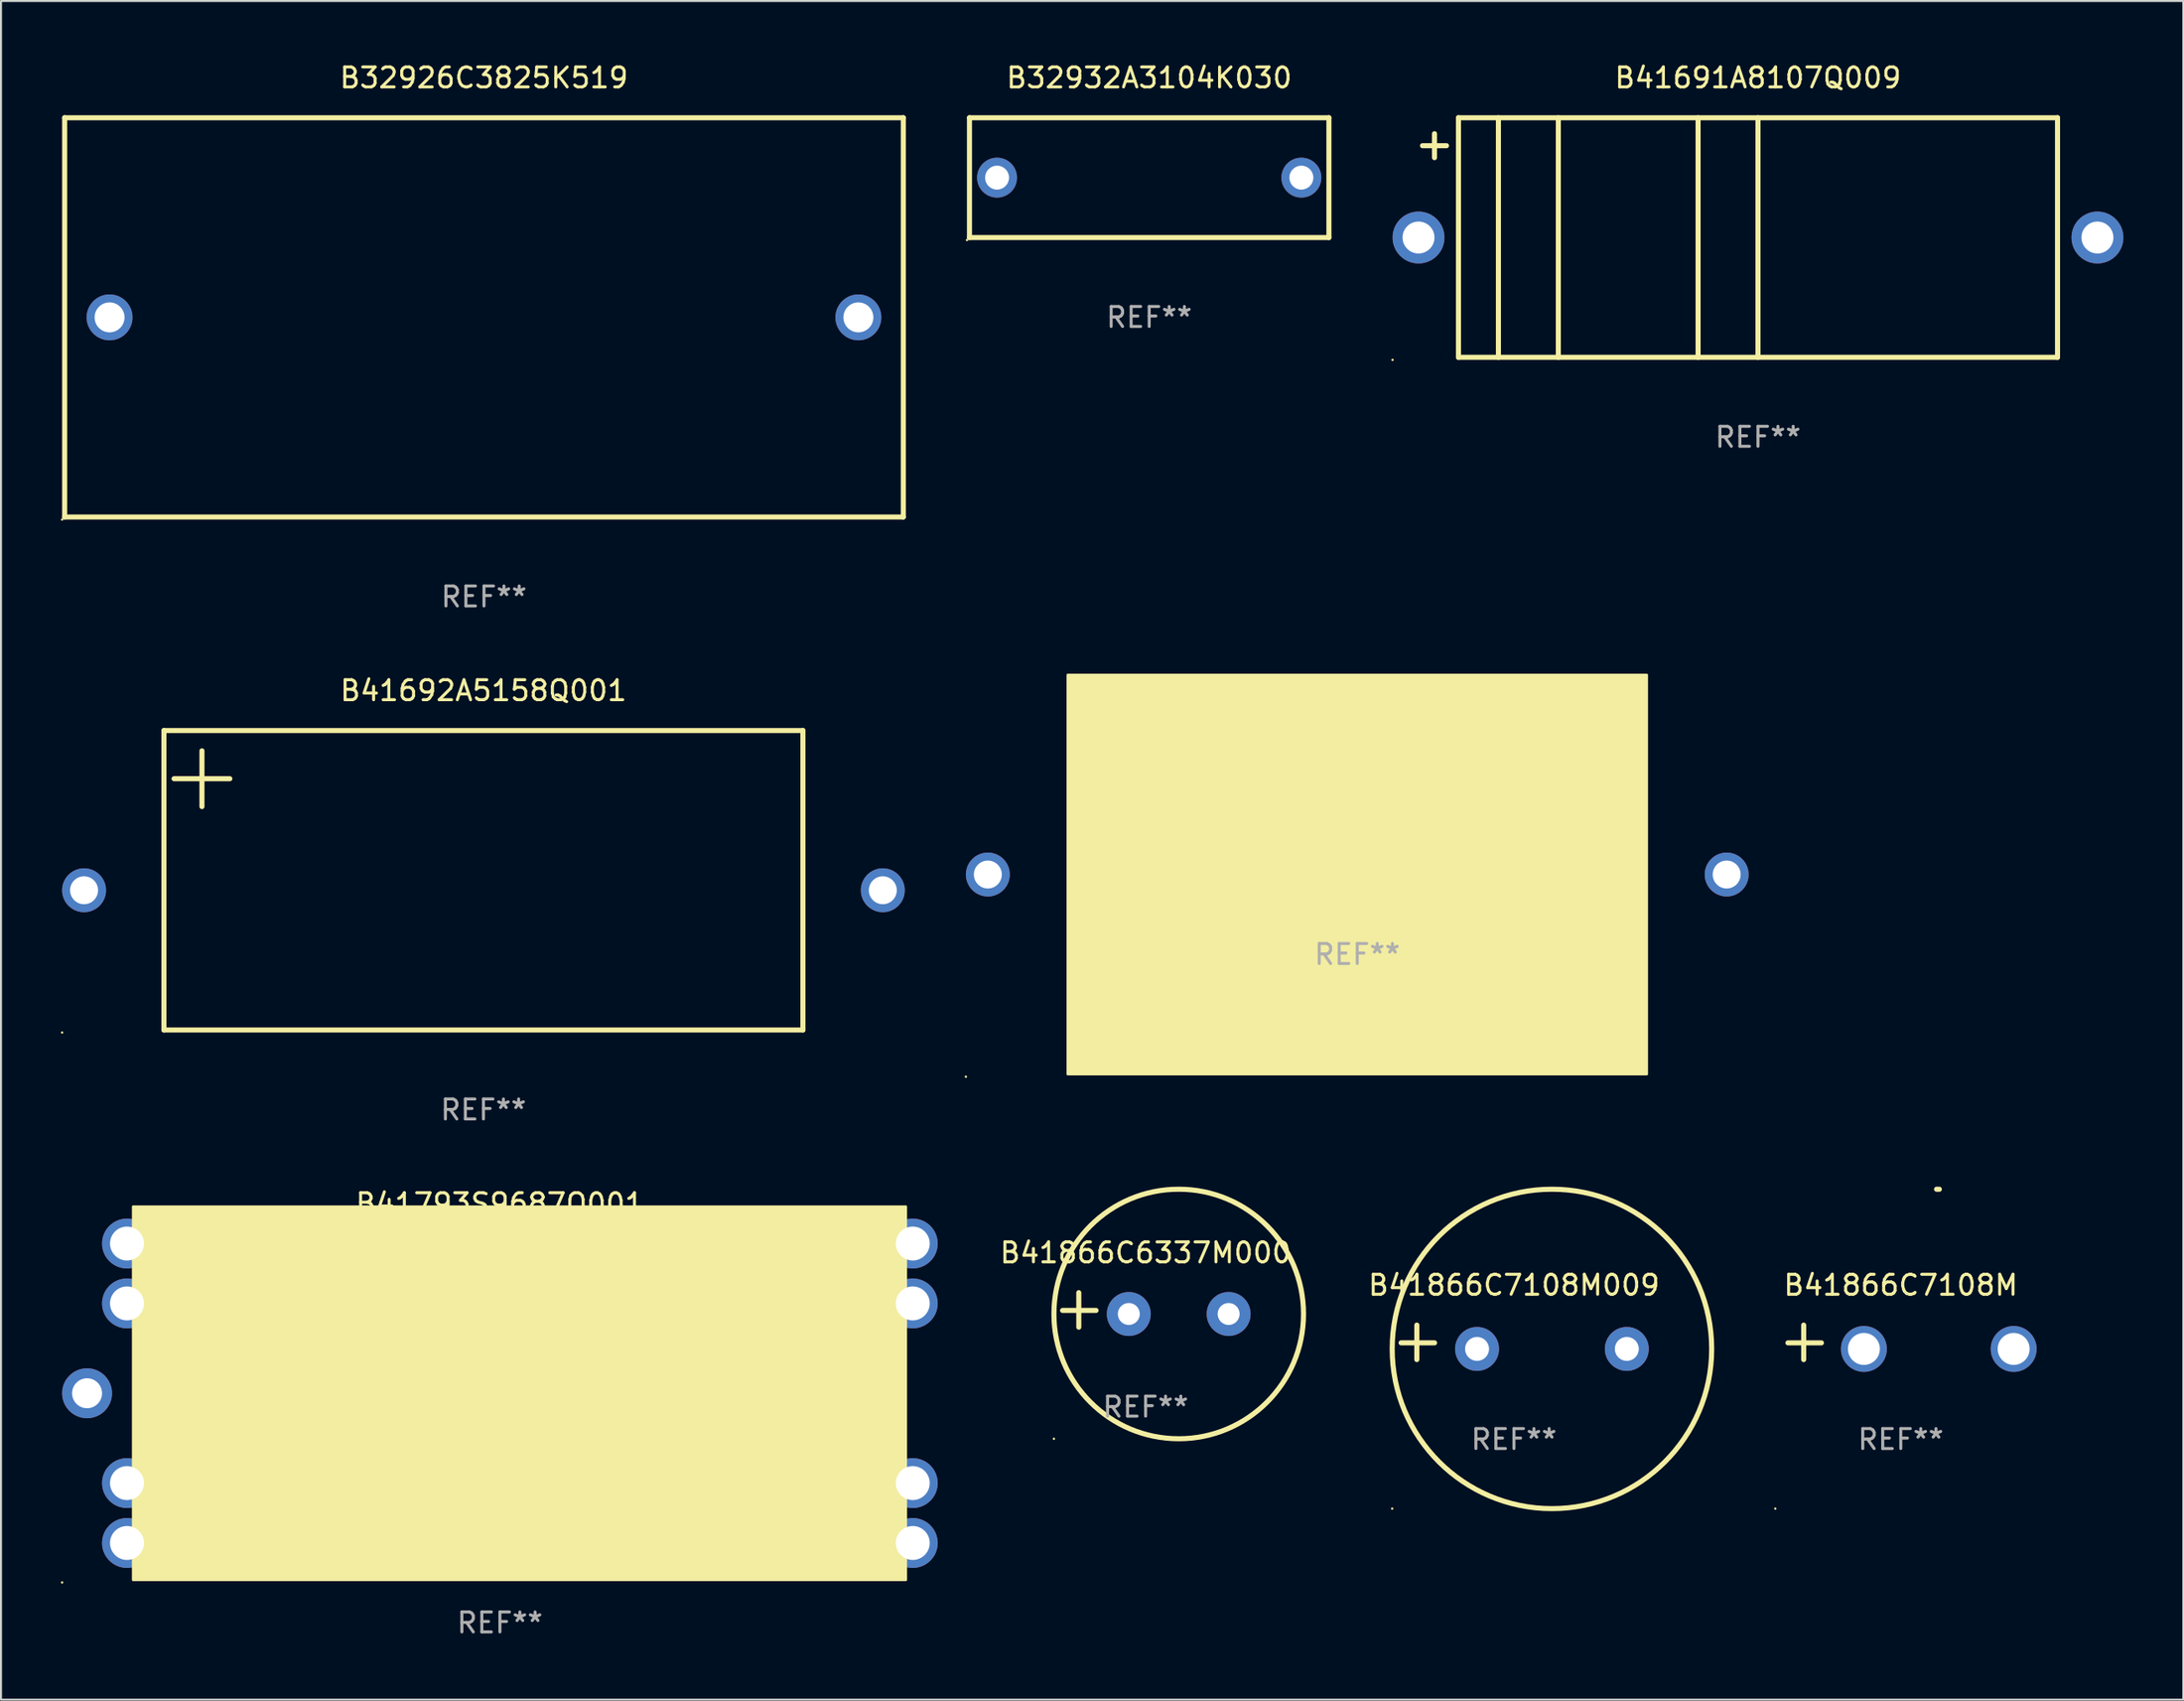
<source format=kicad_pcb>
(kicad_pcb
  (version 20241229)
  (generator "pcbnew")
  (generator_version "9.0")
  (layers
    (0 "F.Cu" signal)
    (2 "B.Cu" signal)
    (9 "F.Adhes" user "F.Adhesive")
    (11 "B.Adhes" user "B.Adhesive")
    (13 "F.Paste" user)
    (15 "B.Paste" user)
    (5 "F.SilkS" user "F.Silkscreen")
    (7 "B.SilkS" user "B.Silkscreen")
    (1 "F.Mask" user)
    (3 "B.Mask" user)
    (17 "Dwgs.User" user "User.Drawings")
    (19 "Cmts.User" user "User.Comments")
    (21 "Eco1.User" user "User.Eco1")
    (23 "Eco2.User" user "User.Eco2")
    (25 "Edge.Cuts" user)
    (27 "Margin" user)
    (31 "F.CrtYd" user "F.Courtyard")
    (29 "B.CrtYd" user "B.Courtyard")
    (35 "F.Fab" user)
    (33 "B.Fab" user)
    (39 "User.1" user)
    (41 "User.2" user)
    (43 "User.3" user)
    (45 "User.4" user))
  (footprint "B41691A8107Q009"
    (layer "F.Cu")
    (at 84.988 8.849)
    (property "Reference" "B41691A8107Q009" (at 0 -8.001 0) (layer "F.SilkS") (effects (font (size 1 1) (thickness 0.15))))
    (attr through_hole)
    (fp_line (start -16.8 -4.601) (end -15.6 -4.601) (stroke (width 0.254) (type solid)) (layer "F.SilkS"))
    (fp_line (start -16.2 -5.201) (end -16.2 -4.001) (stroke (width 0.254) (type solid)) (layer "F.SilkS"))
    (fp_line (start -15 -6.001) (end 15 -6.001) (stroke (width 0.254) (type solid)) (layer "F.SilkS"))
    (fp_line (start -15 5.999) (end -15 -6.001) (stroke (width 0.254) (type solid)) (layer "F.SilkS"))
    (fp_line (start -12.999 6.001) (end -12.999 -5.999) (stroke (width 0.254) (type solid)) (layer "F.SilkS"))
    (fp_line (start -9.999 6.001) (end -9.999 -5.999) (stroke (width 0.254) (type solid)) (layer "F.SilkS"))
    (fp_line (start -3 5.999) (end -3 -6.001) (stroke (width 0.254) (type solid)) (layer "F.SilkS"))
    (fp_line (start 0 5.999) (end 0 -6.001) (stroke (width 0.254) (type solid)) (layer "F.SilkS"))
    (fp_line (start 15 -6.001) (end 15 5.999) (stroke (width 0.254) (type solid)) (layer "F.SilkS"))
    (fp_line (start 15 5.999) (end -15 5.999) (stroke (width 0.254) (type solid)) (layer "F.SilkS"))
    (fp_circle (center -18.3 6.128) (end -18.27 6.128) (stroke (width 0.06) (type solid)) (fill no) (layer "F.SilkS"))
    (fp_text user "REF**" (at 0 10.001 0) (layer "F.Fab") (effects (font (size 1 1) (thickness 0.15))))
    (pad "1" thru_hole circle (at -17 -0.001) (size 2.6 2.6) (drill 1.6) (layers "*.Cu" "*.Mask"))
    (pad "2" thru_hole circle (at 17 -0.001) (size 2.6 2.6) (drill 1.6) (layers "*.Cu" "*.Mask")))
  (footprint "B41695B7228Q001"
    (layer "F.Cu")
    (at 64.92 40.757)
    (property "Reference" "B41695B7228Q001" (at 0 -2 0) (layer "F.SilkS") (effects (font (size 1 1) (thickness 0.15))))
    (attr through_hole)
    (fp_circle (center -19.6 10.127) (end -19.57 10.127) (stroke (width 0.06) (type solid)) (fill no) (layer "F.SilkS"))
    (fp_poly (pts (xy -14.5 -10) (xy 14.5 -10) (xy 14.5 10) (xy -14.5 10)) (stroke (width 0.12) (type solid)) (fill yes) (layer "F.SilkS"))
    (fp_text user "REF**" (at 0 4 0) (layer "F.Fab") (effects (font (size 1 1) (thickness 0.15))))
    (pad "1" thru_hole circle (at -18.5 0) (size 2.2 2.2) (drill 1.4) (layers "*.Cu" "*.Mask"))
    (pad "2" thru_hole circle (at 18.5 0) (size 2.2 2.2) (drill 1.4) (layers "*.Cu" "*.Mask")))
  (footprint "B41793S9687Q001"
    (layer "F.Cu")
    (at 21.985 66.741)
    (property "Reference" "B41793S9687Q001" (at 0 -9.5 0) (layer "F.SilkS") (effects (font (size 1 1) (thickness 0.15))))
    (attr through_hole)
    (fp_circle (center -21.925 9.477) (end -21.895 9.477) (stroke (width 0.06) (type solid)) (fill no) (layer "F.SilkS"))
    (fp_poly (pts (xy -18.37 -9.35) (xy 20.33 -9.35) (xy 20.33 9.35) (xy -18.37 9.35)) (stroke (width 0.12) (type solid)) (fill yes) (layer "F.SilkS"))
    (fp_text user "REF**" (at 0 11.5 0) (layer "F.Fab") (effects (font (size 1 1) (thickness 0.15))))
    (pad "1" thru_hole circle (at -20.675 0) (size 2.5 2.5) (drill 1.5) (layers "*.Cu" "*.Mask"))
    (pad "2" thru_hole circle (at -18.675 -7.5) (size 2.5 2.5) (drill 1.7) (layers "*.Cu" "*.Mask"))
    (pad "2" thru_hole circle (at -18.675 -4.5) (size 2.5 2.5) (drill 1.7) (layers "*.Cu" "*.Mask"))
    (pad "2" thru_hole circle (at -18.675 4.5) (size 2.5 2.5) (drill 1.7) (layers "*.Cu" "*.Mask"))
    (pad "2" thru_hole circle (at -18.675 7.5) (size 2.5 2.5) (drill 1.7) (layers "*.Cu" "*.Mask"))
    (pad "2" thru_hole circle (at 20.675 -7.5) (size 2.5 2.5) (drill 1.7) (layers "*.Cu" "*.Mask"))
    (pad "2" thru_hole circle (at 20.675 -4.5) (size 2.5 2.5) (drill 1.7) (layers "*.Cu" "*.Mask"))
    (pad "2" thru_hole circle (at 20.675 4.5) (size 2.5 2.5) (drill 1.7) (layers "*.Cu" "*.Mask"))
    (pad "2" thru_hole circle (at 20.675 7.5) (size 2.5 2.5) (drill 1.7) (layers "*.Cu" "*.Mask")))
  (footprint "B41866C7108M009"
    (layer "F.Cu")
    (at 72.767 64.19)
    (property "Reference" "B41866C7108M009" (at 0 -2.864 0) (layer "F.SilkS") (effects (font (size 1 1) (thickness 0.15))))
    (attr through_hole)
    (fp_line (start -4.864 0.864) (end -4.864 -0.864) (stroke (width 0.254) (type solid)) (layer "F.SilkS"))
    (fp_line (start -3.975 0.025) (end -5.652 0.025) (stroke (width 0.254) (type solid)) (layer "F.SilkS"))
    (fp_circle (center -6.098 8.33) (end -6.068 8.33) (stroke (width 0.06) (type solid)) (fill no) (layer "F.SilkS"))
    (fp_circle (center 1.902 0.33) (end 9.902 0.33) (stroke (width 0.254) (type solid)) (fill no) (layer "F.SilkS"))
    (fp_text user "REF**" (at 0 4.864 0) (layer "F.Fab") (effects (font (size 1 1) (thickness 0.15))))
    (pad "1" thru_hole circle (at -1.848 0.33) (size 2.2 2.2) (drill 1.2) (layers "*.Cu" "*.Mask"))
    (pad "2" thru_hole circle (at 5.652 0.33) (size 2.2 2.2) (drill 1.2) (layers "*.Cu" "*.Mask")))
  (footprint "B41866C7108M"
    (layer "F.Cu")
    (at 92.14 64.191)
    (property "Reference" "B41866C7108M" (at 0 -2.864 0) (layer "F.SilkS") (effects (font (size 1 1) (thickness 0.15))))
    (attr through_hole)
    (fp_line (start -4.864 0.864) (end -4.864 -0.864) (stroke (width 0.254) (type solid)) (layer "F.SilkS"))
    (fp_line (start -3.975 0.025) (end -5.652 0.025) (stroke (width 0.254) (type solid)) (layer "F.SilkS"))
    (fp_arc (start 1.790704 -7.670815) (mid 1.860559 -7.669842) (end 1.930404 -7.668275) (stroke (width 0.254001) (type solid)) (layer "F.SilkS"))
    (fp_circle (center -6.285 8.329) (end -6.255 8.329) (stroke (width 0.06) (type solid)) (fill no) (layer "F.SilkS"))
    (fp_text user "REF**" (at 0 4.864 0) (layer "F.Fab") (effects (font (size 1 1) (thickness 0.15))))
    (pad "1" thru_hole circle (at -1.848 0.33) (size 2.3 2.3) (drill 1.6) (layers "*.Cu" "*.Mask"))
    (pad "2" thru_hole circle (at 5.652 0.33) (size 2.3 2.3) (drill 1.6) (layers "*.Cu" "*.Mask")))
  (footprint "B32932A3104K030"
    (layer "F.Cu")
    (at 54.501 5.848)
    (property "Reference" "B32932A3104K030" (at 0 -5 0) (layer "F.SilkS") (effects (font (size 1 1) (thickness 0.15))))
    (attr through_hole)
    (fp_line (start -9 -3) (end 9 -3) (stroke (width 0.254) (type solid)) (layer "F.SilkS"))
    (fp_line (start -9 3) (end -9 -3) (stroke (width 0.254) (type solid)) (layer "F.SilkS"))
    (fp_line (start 9 -3) (end 9 3) (stroke (width 0.254) (type solid)) (layer "F.SilkS"))
    (fp_line (start 9 3) (end -9 3) (stroke (width 0.254) (type solid)) (layer "F.SilkS"))
    (fp_circle (center -9.127 3.127) (end -9.097 3.127) (stroke (width 0.06) (type solid)) (fill no) (layer "F.SilkS"))
    (fp_text user "REF**" (at 0 7 0) (layer "F.Fab") (effects (font (size 1 1) (thickness 0.15))))
    (pad "1" thru_hole circle (at -7.62 0) (size 2 2) (drill 1.2) (layers "*.Cu" "*.Mask"))
    (pad "2" thru_hole circle (at 7.62 0) (size 2 2) (drill 1.2) (layers "*.Cu" "*.Mask")))
  (footprint "B41866C6337M000"
    (layer "F.Cu")
    (at 54.321 62.567)
    (property "Reference" "B41866C6337M000" (at 0 -2.864 0) (layer "F.SilkS") (effects (font (size 1 1) (thickness 0.15))))
    (attr through_hole)
    (fp_line (start -3.346 0.864) (end -3.346 -0.864) (stroke (width 0.254) (type solid)) (layer "F.SilkS"))
    (fp_line (start -2.482 0.025) (end -4.158 0.025) (stroke (width 0.254) (type solid)) (layer "F.SilkS"))
    (fp_circle (center -4.592 6.453) (end -4.562 6.453) (stroke (width 0.06) (type solid)) (fill no) (layer "F.SilkS"))
    (fp_circle (center 1.658 0.203) (end 7.908 0.203) (stroke (width 0.254) (type solid)) (fill no) (layer "F.SilkS"))
    (fp_text user "REF**" (at 0 4.864 0) (layer "F.Fab") (effects (font (size 1 1) (thickness 0.15))))
    (pad "1" thru_hole circle (at -0.842 0.203) (size 2.2 2.2) (drill 1.1) (layers "*.Cu" "*.Mask"))
    (pad "2" thru_hole circle (at 4.158 0.203) (size 2.2 2.2) (drill 1.1) (layers "*.Cu" "*.Mask")))
  (footprint "B41692A5158Q001"
    (layer "F.Cu")
    (at 21.16 41.045)
    (property "Reference" "B41692A5158Q001" (at 0 -9.5 0) (layer "F.SilkS") (effects (font (size 1 1) (thickness 0.15))))
    (attr through_hole)
    (fp_line (start -16 -7.5) (end -16 7.5) (stroke (width 0.254) (type solid)) (layer "F.SilkS"))
    (fp_line (start -16 -7.5) (end 16 -7.5) (stroke (width 0.254) (type solid)) (layer "F.SilkS"))
    (fp_line (start -15.494 -5.088) (end -12.7 -5.088) (stroke (width 0.254) (type solid)) (layer "F.SilkS"))
    (fp_line (start -14.097 -3.691) (end -14.097 -6.485) (stroke (width 0.254) (type solid)) (layer "F.SilkS"))
    (fp_line (start 16 7.5) (end -16 7.5) (stroke (width 0.254) (type solid)) (layer "F.SilkS"))
    (fp_line (start 16 -7.5) (end 16 7.5) (stroke (width 0.254) (type solid)) (layer "F.SilkS"))
    (fp_circle (center -21.1 7.627) (end -21.07 7.627) (stroke (width 0.06) (type solid)) (fill no) (layer "F.SilkS"))
    (fp_text user "REF**" (at 0 11.5 0) (layer "F.Fab") (effects (font (size 1 1) (thickness 0.15))))
    (pad "1" thru_hole circle (at -20 0.5) (size 2.2 2.2) (drill 1.4) (layers "*.Cu" "*.Mask"))
    (pad "2" thru_hole circle (at 20 0.5) (size 2.2 2.2) (drill 1.4) (layers "*.Cu" "*.Mask")))
  (footprint "B32926C3825K519"
    (layer "F.Cu")
    (at 21.187 12.848)
    (property "Reference" "B32926C3825K519" (at 0 -12 0) (layer "F.SilkS") (effects (font (size 1 1) (thickness 0.15))))
    (attr through_hole)
    (fp_line (start -21 -10) (end -21 10) (stroke (width 0.254) (type solid)) (layer "F.SilkS"))
    (fp_line (start -21 -10) (end 21 -10) (stroke (width 0.254) (type solid)) (layer "F.SilkS"))
    (fp_line (start 21 -10) (end 21 10) (stroke (width 0.254) (type solid)) (layer "F.SilkS"))
    (fp_line (start 21 10) (end -21 10) (stroke (width 0.254) (type solid)) (layer "F.SilkS"))
    (fp_circle (center -21.127 10.127) (end -21.097 10.127) (stroke (width 0.06) (type solid)) (fill no) (layer "F.SilkS"))
    (fp_text user "REF**" (at 0 14 0) (layer "F.Fab") (effects (font (size 1 1) (thickness 0.15))))
    (pad "1" thru_hole circle (at -18.75 0) (size 2.3 2.3) (drill 1.5) (layers "*.Cu" "*.Mask"))
    (pad "2" thru_hole circle (at 18.75 0) (size 2.3 2.3) (drill 1.5) (layers "*.Cu" "*.Mask")))
  (gr_rect
    (start -3 -3)
    (end 106.288 82.09)
    (stroke (width 0.1) (type default))
    (fill no)
    (layer "Edge.Cuts")))
</source>
